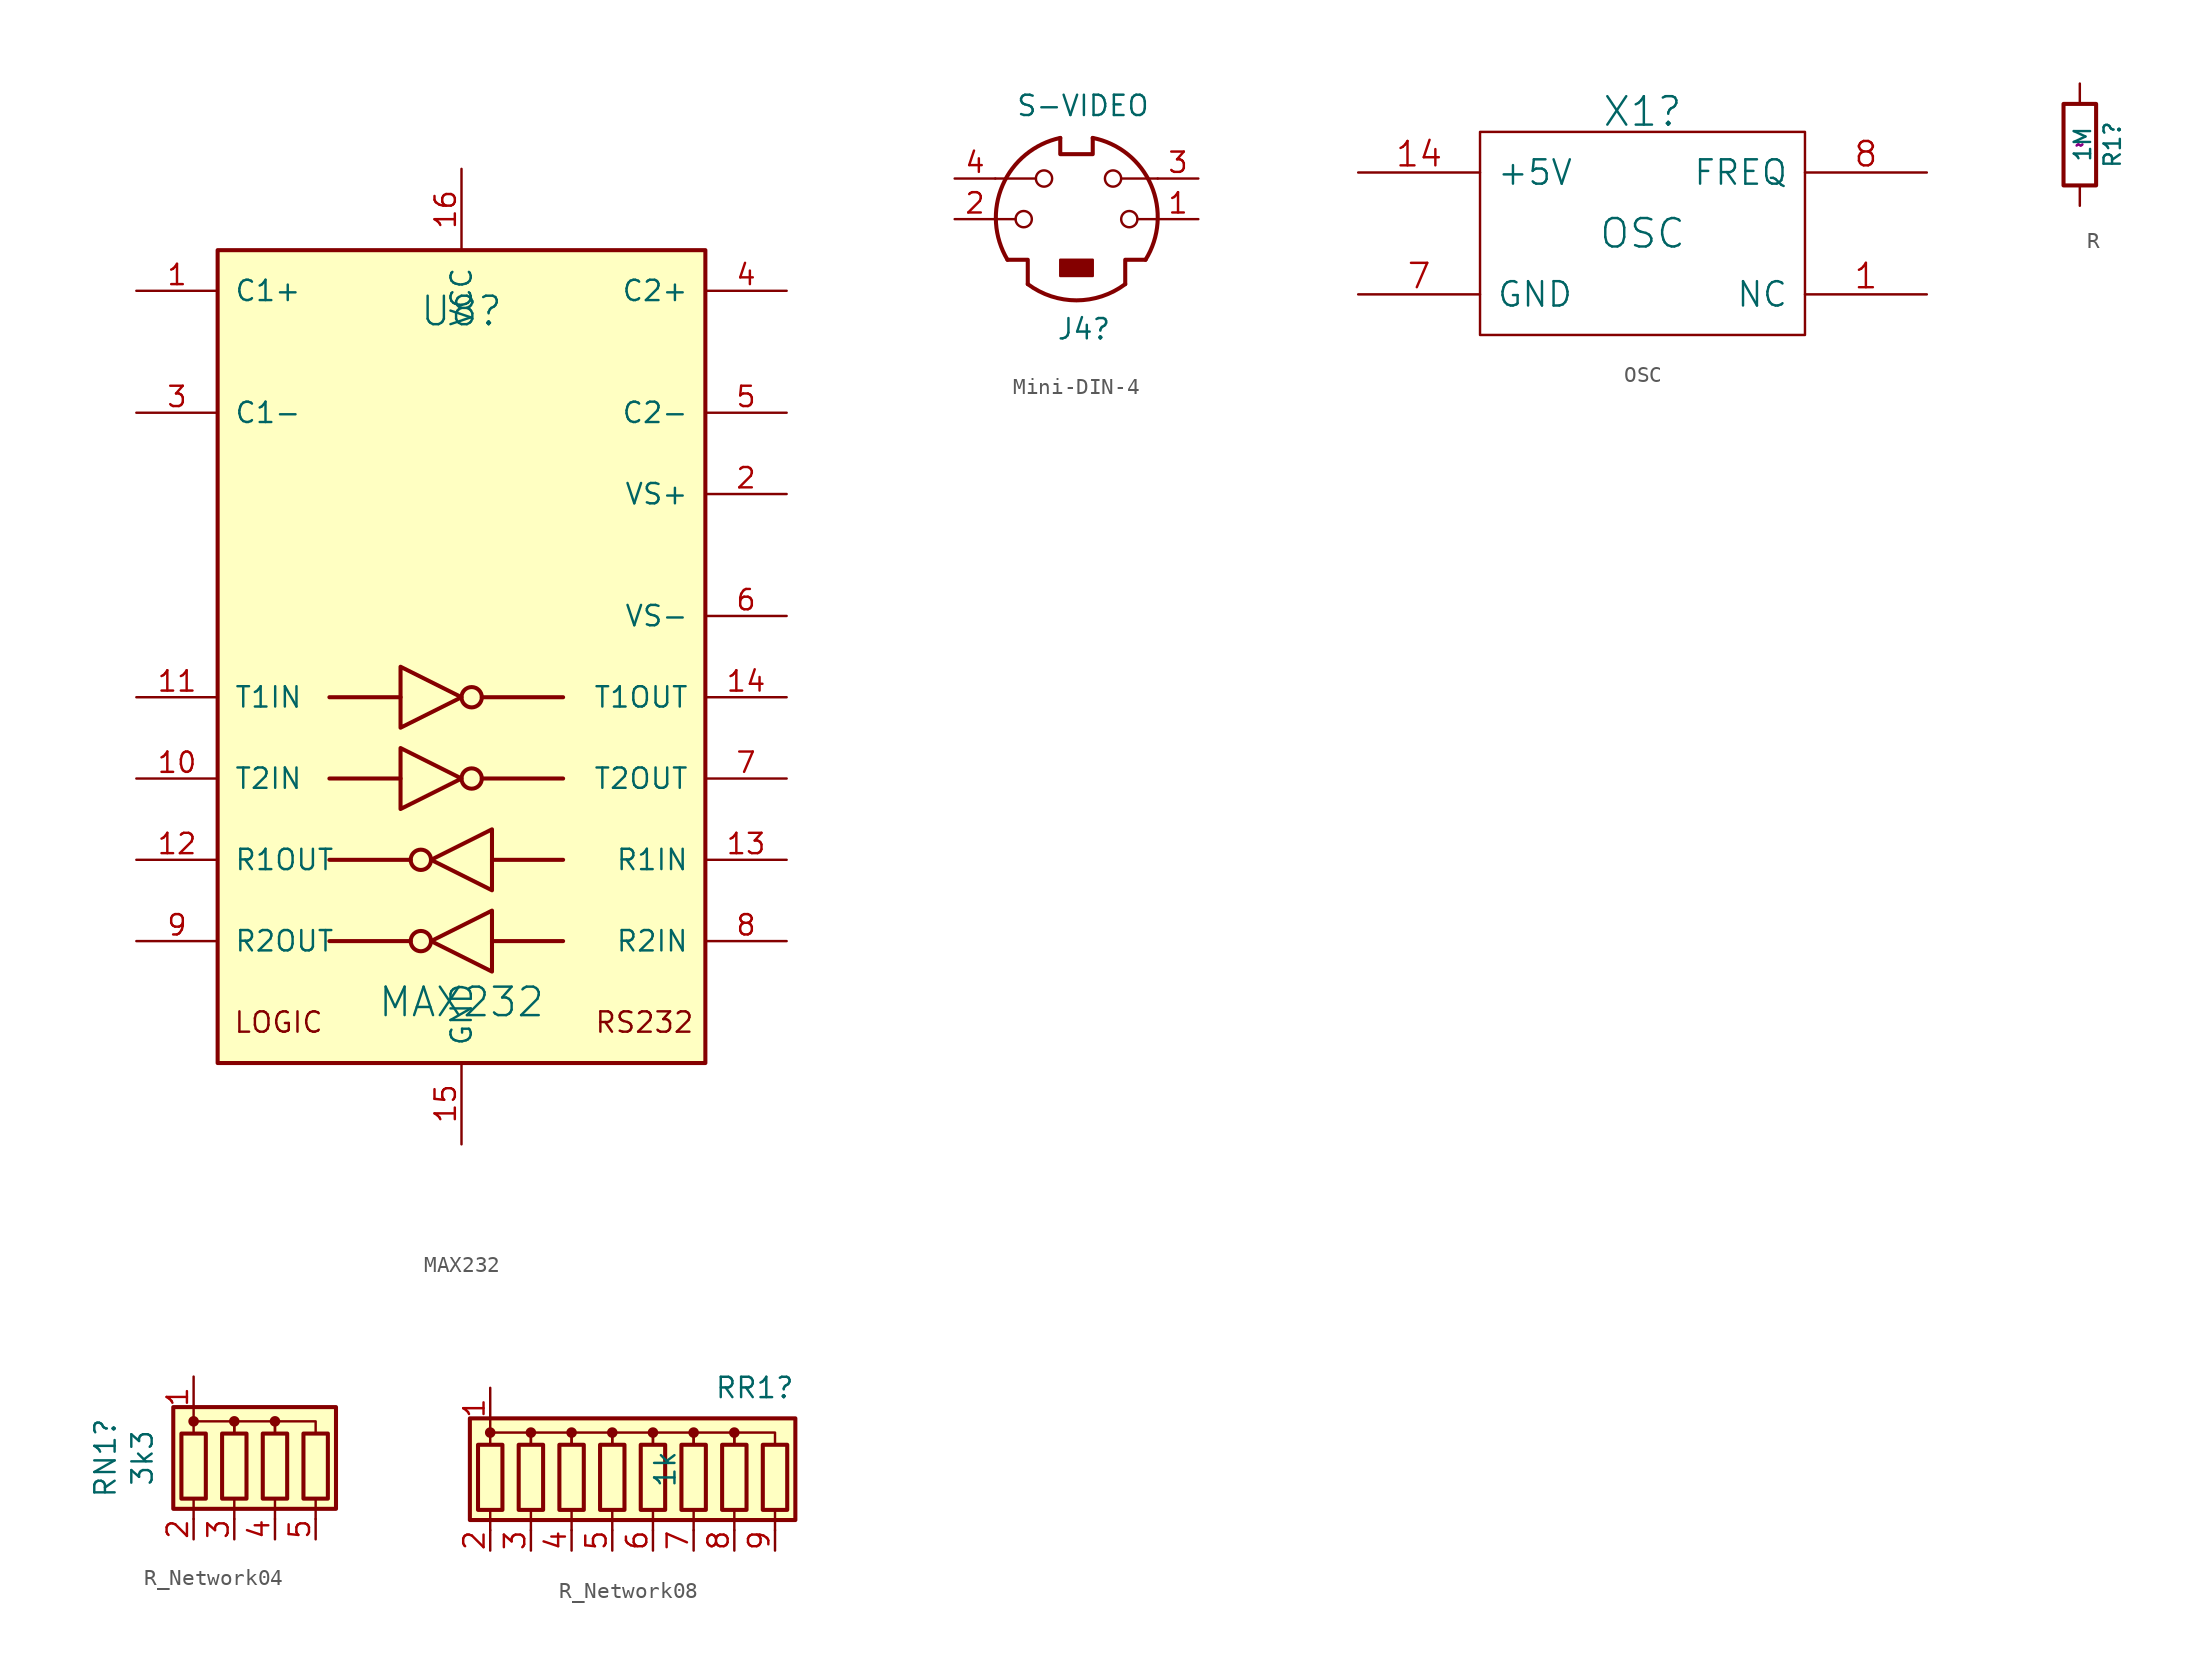
<source format=kicad_sym>
(kicad_symbol_lib
  (version 20220914)
  (generator kicad_symbol_editor)
  (symbol "MAX232"
    (pin_names
      (offset 1.016))
    (property "Reference" "U8"
      (at 0 21.59 0)
      (effects (font (size 1.778 1.778))))
    (property "Value" "MAX232"
      (at 0 -21.59 0)
      (effects (font (size 1.778 1.778))))
    (symbol "MAX232_0_0"
      (text "LOGIC" (at -11.43 -22.86 0) (effects (font (size 1.27 1.27))))
      (text "RS232" (at 11.43 -22.86 0) (effects (font (size 1.27 1.27)))))
    (symbol "MAX232_0_1"
      (rectangle (start -15.24 -25.4) (end 15.24 25.4) (stroke (width 0.254) (type default)) (fill (type background)))
      (circle (center -2.54 -17.78) (radius 0.635) (stroke (width 0.254) (type default)) (fill (type none)))
      (circle (center -2.54 -12.7) (radius 0.635) (stroke (width 0.254) (type default)) (fill (type none)))
      (polyline (pts (xy -3.81 -7.62) (xy -8.255 -7.62)) (stroke (width 0.254) (type default)) (fill (type none)))
      (polyline (pts (xy -3.81 -2.54) (xy -8.255 -2.54)) (stroke (width 0.254) (type default)) (fill (type none)))
      (polyline (pts (xy -3.175 -17.78) (xy -8.255 -17.78)) (stroke (width 0.254) (type default)) (fill (type none)))
      (polyline (pts (xy -3.175 -12.7) (xy -8.255 -12.7)) (stroke (width 0.254) (type default)) (fill (type none)))
      (polyline (pts (xy 1.27 -7.62) (xy 6.35 -7.62)) (stroke (width 0.254) (type default)) (fill (type none)))
      (polyline (pts (xy 1.27 -2.54) (xy 6.35 -2.54)) (stroke (width 0.254) (type default)) (fill (type none)))
      (polyline (pts (xy 1.905 -17.78) (xy 6.35 -17.78)) (stroke (width 0.254) (type default)) (fill (type none)))
      (polyline (pts (xy 1.905 -12.7) (xy 6.35 -12.7)) (stroke (width 0.254) (type default)) (fill (type none)))
      (polyline (pts (xy -3.81 -5.715) (xy -3.81 -9.525) (xy 0 -7.62) (xy -3.81 -5.715)) (stroke (width 0.254) (type default)) (fill (type none)))
      (polyline (pts (xy -3.81 -0.635) (xy -3.81 -4.445) (xy 0 -2.54) (xy -3.81 -0.635)) (stroke (width 0.254) (type default)) (fill (type none)))
      (polyline (pts (xy 1.905 -15.875) (xy 1.905 -19.685) (xy -1.905 -17.78) (xy 1.905 -15.875)) (stroke (width 0.254) (type default)) (fill (type none)))
      (polyline (pts (xy 1.905 -10.795) (xy 1.905 -14.605) (xy -1.905 -12.7) (xy 1.905 -10.795)) (stroke (width 0.254) (type default)) (fill (type none)))
      (circle (center 0.635 -7.62) (radius 0.635) (stroke (width 0.254) (type default)) (fill (type none)))
      (circle (center 0.635 -2.54) (radius 0.635) (stroke (width 0.254) (type default)) (fill (type none))))
    (symbol "MAX232_1_1"
      (pin passive line (at -20.32 22.86 0) (length 5.08) (name "C1+" (effects (font (size 1.27 1.27)))) (number "1" (effects (font (size 1.27 1.27)))))
      (pin input line (at -20.32 -7.62 0) (length 5.08) (name "T2IN" (effects (font (size 1.27 1.27)))) (number "10" (effects (font (size 1.27 1.27)))))
      (pin input line (at -20.32 -2.54 0) (length 5.08) (name "T1IN" (effects (font (size 1.27 1.27)))) (number "11" (effects (font (size 1.27 1.27)))))
      (pin output line (at -20.32 -12.7 0) (length 5.08) (name "R1OUT" (effects (font (size 1.27 1.27)))) (number "12" (effects (font (size 1.27 1.27)))))
      (pin input line (at 20.32 -12.7 180) (length 5.08) (name "R1IN" (effects (font (size 1.27 1.27)))) (number "13" (effects (font (size 1.27 1.27)))))
      (pin output line (at 20.32 -2.54 180) (length 5.08) (name "T1OUT" (effects (font (size 1.27 1.27)))) (number "14" (effects (font (size 1.27 1.27)))))
      (pin power_in line (at 0 -30.48 90) (length 5.08) (name "GND" (effects (font (size 1.27 1.27)))) (number "15" (effects (font (size 1.27 1.27)))))
      (pin power_in line (at 0 30.48 270) (length 5.08) (name "VCC" (effects (font (size 1.27 1.27)))) (number "16" (effects (font (size 1.27 1.27)))))
      (pin power_out line (at 20.32 10.16 180) (length 5.08) (name "VS+" (effects (font (size 1.27 1.27)))) (number "2" (effects (font (size 1.27 1.27)))))
      (pin passive line (at -20.32 15.24 0) (length 5.08) (name "C1-" (effects (font (size 1.27 1.27)))) (number "3" (effects (font (size 1.27 1.27)))))
      (pin passive line (at 20.32 22.86 180) (length 5.08) (name "C2+" (effects (font (size 1.27 1.27)))) (number "4" (effects (font (size 1.27 1.27)))))
      (pin passive line (at 20.32 15.24 180) (length 5.08) (name "C2-" (effects (font (size 1.27 1.27)))) (number "5" (effects (font (size 1.27 1.27)))))
      (pin power_out line (at 20.32 2.54 180) (length 5.08) (name "VS-" (effects (font (size 1.27 1.27)))) (number "6" (effects (font (size 1.27 1.27)))))
      (pin output line (at 20.32 -7.62 180) (length 5.08) (name "T2OUT" (effects (font (size 1.27 1.27)))) (number "7" (effects (font (size 1.27 1.27)))))
      (pin input line (at 20.32 -17.78 180) (length 5.08) (name "R2IN" (effects (font (size 1.27 1.27)))) (number "8" (effects (font (size 1.27 1.27)))))
      (pin output line (at -20.32 -17.78 0) (length 5.08) (name "R2OUT" (effects (font (size 1.27 1.27)))) (number "9" (effects (font (size 1.27 1.27)))))))
  (symbol "Mini-DIN-4"
    (pin_names
      (offset 1.016))
    (property "Reference" "J4"
      (at -1.27 -7.62 0)
      (effects (font (size 1.27 1.27)) (justify left bottom)))
    (property "Value" "S-VIDEO"
      (at -3.81 6.35 0)
      (effects (font (size 1.27 1.27)) (justify left bottom)))
    (symbol "Mini-DIN-4_0_1"
      (circle (center -3.302 0) (radius 0.508) (stroke (width 0) (type default)) (fill (type none)))
      (arc (start -3.048 -4.064) (mid 0 -5.08) (end 3.048 -4.064) (stroke (width 0.254) (type default)) (fill (type none)))
      (circle (center -2.032 2.54) (radius 0.508) (stroke (width 0) (type default)) (fill (type none)))
      (rectangle (start -1.016 -2.54) (end 1.016 -3.556) (stroke (width 0) (type default)) (fill (type outline)))
      (arc (start -1.016 5.08) (mid -4.6228 2.1214) (end -4.318 -2.54) (stroke (width 0.254) (type default)) (fill (type none)))
      (polyline (pts (xy -3.81 0) (xy -5.08 0)) (stroke (width 0) (type default)) (fill (type none)))
      (polyline (pts (xy -2.54 2.54) (xy -5.08 2.54)) (stroke (width 0) (type default)) (fill (type none)))
      (polyline (pts (xy 2.794 2.54) (xy 5.08 2.54)) (stroke (width 0) (type default)) (fill (type none)))
      (polyline (pts (xy 5.08 0) (xy 3.81 0)) (stroke (width 0) (type default)) (fill (type none)))
      (polyline (pts (xy -4.318 -2.54) (xy -3.048 -2.54) (xy -3.048 -4.064)) (stroke (width 0.254) (type default)) (fill (type none)))
      (polyline (pts (xy 4.318 -2.54) (xy 3.048 -2.54) (xy 3.048 -4.064)) (stroke (width 0.254) (type default)) (fill (type none)))
      (polyline (pts (xy -1.016 5.08) (xy -1.016 4.064) (xy 1.016 4.064) (xy 1.016 5.08)) (stroke (width 0.254) (type default)) (fill (type none)))
      (circle (center 2.286 2.54) (radius 0.508) (stroke (width 0) (type default)) (fill (type none)))
      (circle (center 3.302 0) (radius 0.508) (stroke (width 0) (type default)) (fill (type none)))
      (arc (start 4.318 -2.54) (mid 4.6661 2.1322) (end 1.016 5.08) (stroke (width 0.254) (type default)) (fill (type none))))
    (symbol "Mini-DIN-4_1_1"
      (pin passive line (at 7.62 0 180) (length 2.54) (name "~" (effects (font (size 1.27 1.27)))) (number "1" (effects (font (size 1.27 1.27)))))
      (pin passive line (at -7.62 0 0) (length 2.54) (name "~" (effects (font (size 1.27 1.27)))) (number "2" (effects (font (size 1.27 1.27)))))
      (pin passive line (at 7.62 2.54 180) (length 2.54) (name "~" (effects (font (size 1.27 1.27)))) (number "3" (effects (font (size 1.27 1.27)))))
      (pin passive line (at -7.62 2.54 0) (length 2.54) (name "~" (effects (font (size 1.27 1.27)))) (number "4" (effects (font (size 1.27 1.27)))))))
  (symbol "OSC"
    (pin_names
      (offset 1.016))
    (property "Reference" "X1"
      (at 0 7.62 0)
      (effects (font (size 1.778 1.778))))
    (property "Value" "OSC"
      (at 0 0 0)
      (effects (font (size 1.778 1.778))))
    (property "Datasheet" ""
      (at 0 0 0)
      (effects (font (size 1.524 1.524))))
    (symbol "OSC_0_1"
      (rectangle (start -10.16 -6.35) (end 10.16 6.35) (stroke (width 0) (type default)) (fill (type none))))
    (symbol "OSC_1_1"
      (pin passive line (at 17.78 -3.81 180) (length 7.62) (name "NC" (effects (font (size 1.524 1.524)))) (number "1" (effects (font (size 1.524 1.524)))))
      (pin passive line (at -17.78 3.81 0) (length 7.62) (name "+5V" (effects (font (size 1.524 1.524)))) (number "14" (effects (font (size 1.524 1.524)))))
      (pin passive line (at -17.78 -3.81 0) (length 7.62) (name "GND" (effects (font (size 1.524 1.524)))) (number "7" (effects (font (size 1.524 1.524)))))
      (pin output line (at 17.78 3.81 180) (length 7.62) (name "FREQ" (effects (font (size 1.524 1.524)))) (number "8" (effects (font (size 1.524 1.524)))))))
  (symbol "R"
    (pin_numbers hide)
    (pin_names
      (offset 0))
    (property "Reference" "R1"
      (at 2.032 0 90)
      (effects (font (size 1.016 1.016))))
    (property "Value" "1M"
      (at 0.178 0.025 90)
      (effects (font (size 1.016 1.016))))
    (property "Datasheet" "~"
      (at 0 0 0)
      (effects (font (size 0.762 0.762))))
    (symbol "R_0_1"
      (rectangle (start -1.016 -2.54) (end 1.016 2.54) (stroke (width 0.254) (type default)) (fill (type none))))
    (symbol "R_1_1"
      (pin passive line (at 0 3.81 270) (length 1.27) (name "~" (effects (font (size 1.27 1.27)))) (number "1" (effects (font (size 1.27 1.27)))))
      (pin passive line (at 0 -3.81 90) (length 1.27) (name "~" (effects (font (size 1.27 1.27)))) (number "2" (effects (font (size 1.27 1.27)))))))
  (symbol "R_Network04"
    (pin_names
      (offset 0) hide)
    (property "Reference" "RN1"
      (at -10.592 0 90)
      (effects (font (size 1.27 1.27))))
    (property "Value" "3k3"
      (at -8.28 0 90)
      (effects (font (size 1.27 1.27))))
    (symbol "R_Network04_0_1"
      (rectangle (start -6.35 -3.175) (end 3.81 3.175) (stroke (width 0.254) (type default)) (fill (type background)))
      (rectangle (start -5.842 1.524) (end -4.318 -2.54) (stroke (width 0.254) (type default)) (fill (type none)))
      (circle (center -5.08 2.286) (radius 0.254) (stroke (width 0) (type default)) (fill (type outline)))
      (rectangle (start -3.302 1.524) (end -1.778 -2.54) (stroke (width 0.254) (type default)) (fill (type none)))
      (circle (center -2.54 2.286) (radius 0.254) (stroke (width 0) (type default)) (fill (type outline)))
      (rectangle (start -0.762 1.524) (end 0.762 -2.54) (stroke (width 0.254) (type default)) (fill (type none)))
      (polyline (pts (xy -5.08 -2.54) (xy -5.08 -3.81)) (stroke (width 0) (type default)) (fill (type none)))
      (polyline (pts (xy -2.54 -2.54) (xy -2.54 -3.81)) (stroke (width 0) (type default)) (fill (type none)))
      (polyline (pts (xy 0 -2.54) (xy 0 -3.81)) (stroke (width 0) (type default)) (fill (type none)))
      (polyline (pts (xy 2.54 -2.54) (xy 2.54 -3.81)) (stroke (width 0) (type default)) (fill (type none)))
      (polyline (pts (xy -5.08 1.524) (xy -5.08 2.286) (xy -2.54 2.286) (xy -2.54 1.524)) (stroke (width 0) (type default)) (fill (type none)))
      (polyline (pts (xy -2.54 1.524) (xy -2.54 2.286) (xy 0 2.286) (xy 0 1.524)) (stroke (width 0) (type default)) (fill (type none)))
      (polyline (pts (xy 0 1.524) (xy 0 2.286) (xy 2.54 2.286) (xy 2.54 1.524)) (stroke (width 0) (type default)) (fill (type none)))
      (circle (center 0 2.286) (radius 0.254) (stroke (width 0) (type default)) (fill (type outline)))
      (rectangle (start 1.778 1.524) (end 3.302 -2.54) (stroke (width 0.254) (type default)) (fill (type none))))
    (symbol "R_Network04_1_1"
      (pin passive line (at -5.08 5.08 270) (length 2.54) (name "common" (effects (font (size 1.27 1.27)))) (number "1" (effects (font (size 1.27 1.27)))))
      (pin passive line (at -5.08 -5.08 90) (length 1.27) (name "R1" (effects (font (size 1.27 1.27)))) (number "2" (effects (font (size 1.27 1.27)))))
      (pin passive line (at -2.54 -5.08 90) (length 1.27) (name "R2" (effects (font (size 1.27 1.27)))) (number "3" (effects (font (size 1.27 1.27)))))
      (pin passive line (at 0 -5.08 90) (length 1.27) (name "R3" (effects (font (size 1.27 1.27)))) (number "4" (effects (font (size 1.27 1.27)))))
      (pin passive line (at 2.54 -5.08 90) (length 1.27) (name "R4" (effects (font (size 1.27 1.27)))) (number "5" (effects (font (size 1.27 1.27)))))))
  (symbol "R_Network08"
    (pin_names
      (offset 0) hide)
    (property "Reference" "RR1"
      (at 6.35 5.08 0)
      (effects (font (size 1.27 1.27))))
    (property "Value" "1k"
      (at 0.762 0 90)
      (effects (font (size 1.27 1.27))))
    (symbol "R_Network08_0_1"
      (rectangle (start -11.43 -3.175) (end 8.89 3.175) (stroke (width 0.254) (type default)) (fill (type background)))
      (rectangle (start -10.922 1.524) (end -9.398 -2.54) (stroke (width 0.254) (type default)) (fill (type none)))
      (circle (center -10.16 2.286) (radius 0.254) (stroke (width 0) (type default)) (fill (type outline)))
      (rectangle (start -8.382 1.524) (end -6.858 -2.54) (stroke (width 0.254) (type default)) (fill (type none)))
      (circle (center -7.62 2.286) (radius 0.254) (stroke (width 0) (type default)) (fill (type outline)))
      (rectangle (start -5.842 1.524) (end -4.318 -2.54) (stroke (width 0.254) (type default)) (fill (type none)))
      (circle (center -5.08 2.286) (radius 0.254) (stroke (width 0) (type default)) (fill (type outline)))
      (rectangle (start -3.302 1.524) (end -1.778 -2.54) (stroke (width 0.254) (type default)) (fill (type none)))
      (circle (center -2.54 2.286) (radius 0.254) (stroke (width 0) (type default)) (fill (type outline)))
      (rectangle (start -0.762 1.524) (end 0.762 -2.54) (stroke (width 0.254) (type default)) (fill (type none)))
      (polyline (pts (xy -10.16 -2.54) (xy -10.16 -3.81)) (stroke (width 0) (type default)) (fill (type none)))
      (polyline (pts (xy -7.62 -2.54) (xy -7.62 -3.81)) (stroke (width 0) (type default)) (fill (type none)))
      (polyline (pts (xy -5.08 -2.54) (xy -5.08 -3.81)) (stroke (width 0) (type default)) (fill (type none)))
      (polyline (pts (xy -2.54 -2.54) (xy -2.54 -3.81)) (stroke (width 0) (type default)) (fill (type none)))
      (polyline (pts (xy 0 -2.54) (xy 0 -3.81)) (stroke (width 0) (type default)) (fill (type none)))
      (polyline (pts (xy 2.54 -2.54) (xy 2.54 -3.81)) (stroke (width 0) (type default)) (fill (type none)))
      (polyline (pts (xy 5.08 -2.54) (xy 5.08 -3.81)) (stroke (width 0) (type default)) (fill (type none)))
      (polyline (pts (xy 7.62 -2.54) (xy 7.62 -3.81)) (stroke (width 0) (type default)) (fill (type none)))
      (polyline (pts (xy -10.16 1.524) (xy -10.16 2.286) (xy -7.62 2.286) (xy -7.62 1.524)) (stroke (width 0) (type default)) (fill (type none)))
      (polyline (pts (xy -7.62 1.524) (xy -7.62 2.286) (xy -5.08 2.286) (xy -5.08 1.524)) (stroke (width 0) (type default)) (fill (type none)))
      (polyline (pts (xy -5.08 1.524) (xy -5.08 2.286) (xy -2.54 2.286) (xy -2.54 1.524)) (stroke (width 0) (type default)) (fill (type none)))
      (polyline (pts (xy -2.54 1.524) (xy -2.54 2.286) (xy 0 2.286) (xy 0 1.524)) (stroke (width 0) (type default)) (fill (type none)))
      (polyline (pts (xy 0 1.524) (xy 0 2.286) (xy 2.54 2.286) (xy 2.54 1.524)) (stroke (width 0) (type default)) (fill (type none)))
      (polyline (pts (xy 2.54 1.524) (xy 2.54 2.286) (xy 5.08 2.286) (xy 5.08 1.524)) (stroke (width 0) (type default)) (fill (type none)))
      (polyline (pts (xy 5.08 1.524) (xy 5.08 2.286) (xy 7.62 2.286) (xy 7.62 1.524)) (stroke (width 0) (type default)) (fill (type none)))
      (circle (center 0 2.286) (radius 0.254) (stroke (width 0) (type default)) (fill (type outline)))
      (rectangle (start 1.778 1.524) (end 3.302 -2.54) (stroke (width 0.254) (type default)) (fill (type none)))
      (circle (center 2.54 2.286) (radius 0.254) (stroke (width 0) (type default)) (fill (type outline)))
      (rectangle (start 4.318 1.524) (end 5.842 -2.54) (stroke (width 0.254) (type default)) (fill (type none)))
      (circle (center 5.08 2.286) (radius 0.254) (stroke (width 0) (type default)) (fill (type outline)))
      (rectangle (start 6.858 1.524) (end 8.382 -2.54) (stroke (width 0.254) (type default)) (fill (type none))))
    (symbol "R_Network08_1_1"
      (pin passive line (at -10.16 5.08 270) (length 2.54) (name "common" (effects (font (size 1.27 1.27)))) (number "1" (effects (font (size 1.27 1.27)))))
      (pin passive line (at -10.16 -5.08 90) (length 1.27) (name "R1" (effects (font (size 1.27 1.27)))) (number "2" (effects (font (size 1.27 1.27)))))
      (pin passive line (at -7.62 -5.08 90) (length 1.27) (name "R2" (effects (font (size 1.27 1.27)))) (number "3" (effects (font (size 1.27 1.27)))))
      (pin passive line (at -5.08 -5.08 90) (length 1.27) (name "R3" (effects (font (size 1.27 1.27)))) (number "4" (effects (font (size 1.27 1.27)))))
      (pin passive line (at -2.54 -5.08 90) (length 1.27) (name "R4" (effects (font (size 1.27 1.27)))) (number "5" (effects (font (size 1.27 1.27)))))
      (pin passive line (at 0 -5.08 90) (length 1.27) (name "R5" (effects (font (size 1.27 1.27)))) (number "6" (effects (font (size 1.27 1.27)))))
      (pin passive line (at 2.54 -5.08 90) (length 1.27) (name "R6" (effects (font (size 1.27 1.27)))) (number "7" (effects (font (size 1.27 1.27)))))
      (pin passive line (at 5.08 -5.08 90) (length 1.27) (name "R7" (effects (font (size 1.27 1.27)))) (number "8" (effects (font (size 1.27 1.27)))))
      (pin passive line (at 7.62 -5.08 90) (length 1.27) (name "R8" (effects (font (size 1.27 1.27)))) (number "9" (effects (font (size 1.27 1.27))))))))
</source>
